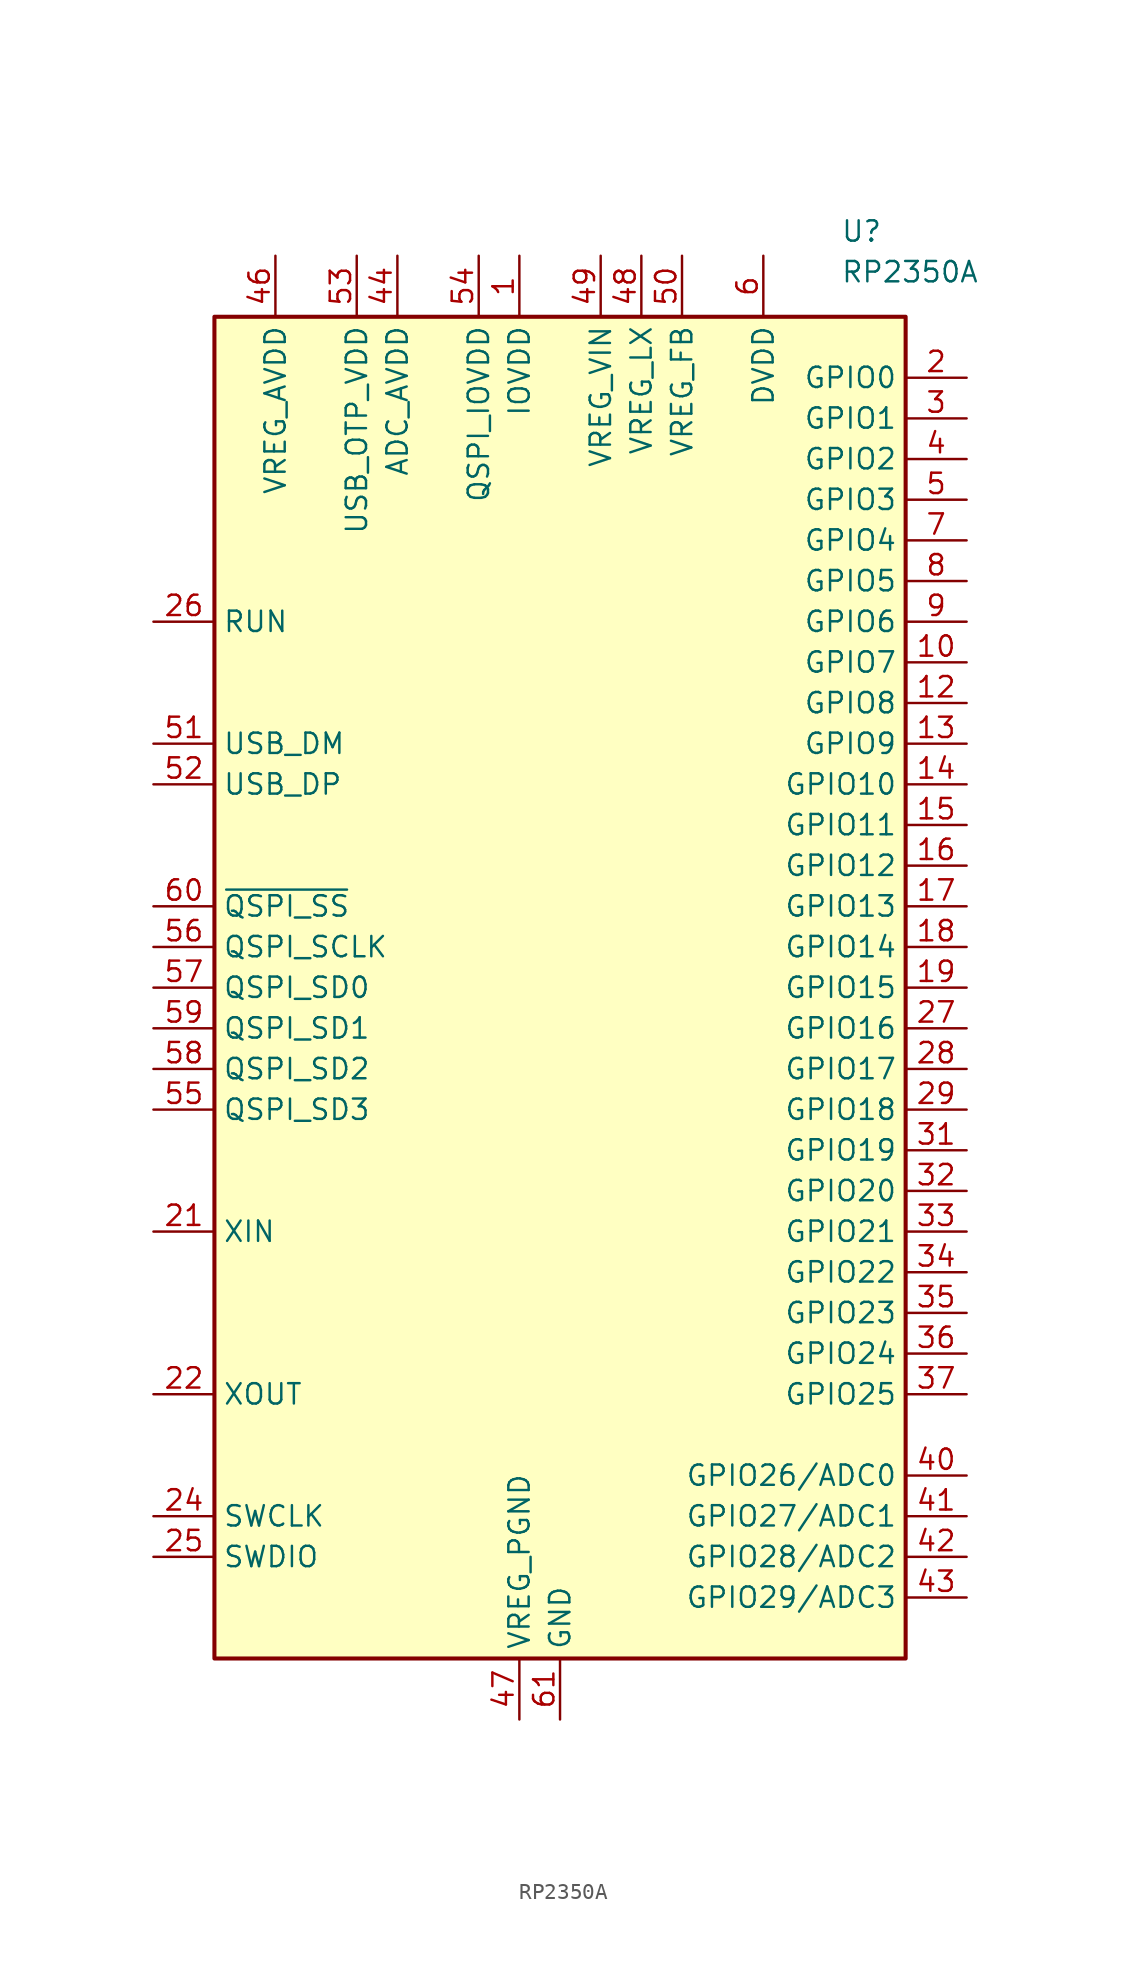
<source format=kicad_sym>
(kicad_symbol_lib
  (version 20241209)
  (generator "kicad_symbol_editor")
  (generator_version "9.0")
  (symbol "RP2350A"
    (property "Reference" "U"
      (at 17.526 47.244 0)
      (effects (font (size 1.27 1.27)) (justify left)))
    (property "Value" "RP2350A"
      (at 17.526 44.704 0)
      (effects (font (size 1.27 1.27)) (justify left)))
    (symbol "RP2350A_0_1"
      (rectangle (start -21.59 41.91) (end 21.59 -41.91) (stroke (width 0.254) (type default)) (fill (type background))))
    (symbol "RP2350A_1_0"
      (pin power_in line (at -17.78 45.72 270) (length 3.81) (name "VREG_AVDD" (effects (font (size 1.27 1.27)))) (number "46" (effects (font (size 1.27 1.27)))))
      (pin power_in line (at -12.7 45.72 270) (length 3.81) (name "USB_OTP_VDD" (effects (font (size 1.27 1.27)))) (number "53" (effects (font (size 1.27 1.27)))))
      (pin power_in line (at -5.08 45.72 270) (length 3.81) (name "QSPI_IOVDD" (effects (font (size 1.27 1.27)))) (number "54" (effects (font (size 1.27 1.27)))))
      (pin power_in line (at -2.54 -45.72 90) (length 3.81) (name "VREG_PGND" (effects (font (size 1.27 1.27)))) (number "47" (effects (font (size 1.27 1.27)))))
      (pin passive line (at 12.7 45.72 270) (length 3.81) (hide yes) (name "DVDD" (effects (font (size 1.27 1.27)))) (number "39" (effects (font (size 1.27 1.27)))))
      (pin power_in line (at 12.7 45.72 270) (length 3.81) (name "DVDD" (effects (font (size 1.27 1.27)))) (number "6" (effects (font (size 1.27 1.27))))))
    (symbol "RP2350A_1_1"
      (pin input line (at -25.4 22.86 0) (length 3.81) (name "RUN" (effects (font (size 1.27 1.27)))) (number "26" (effects (font (size 1.27 1.27)))))
      (pin bidirectional line (at -25.4 15.24 0) (length 3.81) (name "USB_DM" (effects (font (size 1.27 1.27)))) (number "51" (effects (font (size 1.27 1.27)))))
      (pin bidirectional line (at -25.4 12.7 0) (length 3.81) (name "USB_DP" (effects (font (size 1.27 1.27)))) (number "52" (effects (font (size 1.27 1.27)))))
      (pin output line (at -25.4 5.08 0) (length 3.81) (name "~{QSPI_SS}" (effects (font (size 1.27 1.27)))) (number "60" (effects (font (size 1.27 1.27)))))
      (pin output line (at -25.4 2.54 0) (length 3.81) (name "QSPI_SCLK" (effects (font (size 1.27 1.27)))) (number "56" (effects (font (size 1.27 1.27)))))
      (pin bidirectional line (at -25.4 0 0) (length 3.81) (name "QSPI_SD0" (effects (font (size 1.27 1.27)))) (number "57" (effects (font (size 1.27 1.27)))))
      (pin bidirectional line (at -25.4 -2.54 0) (length 3.81) (name "QSPI_SD1" (effects (font (size 1.27 1.27)))) (number "59" (effects (font (size 1.27 1.27)))))
      (pin bidirectional line (at -25.4 -5.08 0) (length 3.81) (name "QSPI_SD2" (effects (font (size 1.27 1.27)))) (number "58" (effects (font (size 1.27 1.27)))))
      (pin bidirectional line (at -25.4 -7.62 0) (length 3.81) (name "QSPI_SD3" (effects (font (size 1.27 1.27)))) (number "55" (effects (font (size 1.27 1.27)))))
      (pin input line (at -25.4 -15.24 0) (length 3.81) (name "XIN" (effects (font (size 1.27 1.27)))) (number "21" (effects (font (size 1.27 1.27)))))
      (pin output line (at -25.4 -25.4 0) (length 3.81) (name "XOUT" (effects (font (size 1.27 1.27)))) (number "22" (effects (font (size 1.27 1.27)))))
      (pin input line (at -25.4 -33.02 0) (length 3.81) (name "SWCLK" (effects (font (size 1.27 1.27)))) (number "24" (effects (font (size 1.27 1.27)))))
      (pin bidirectional line (at -25.4 -35.56 0) (length 3.81) (name "SWDIO" (effects (font (size 1.27 1.27)))) (number "25" (effects (font (size 1.27 1.27)))))
      (pin power_in line (at -10.16 45.72 270) (length 3.81) (name "ADC_AVDD" (effects (font (size 1.27 1.27)))) (number "44" (effects (font (size 1.27 1.27)))))
      (pin power_in line (at -2.54 45.72 270) (length 3.81) (name "IOVDD" (effects (font (size 1.27 1.27)))) (number "1" (effects (font (size 1.27 1.27)))))
      (pin passive line (at -2.54 45.72 270) (length 3.81) (hide yes) (name "IOVDD" (effects (font (size 1.27 1.27)))) (number "11" (effects (font (size 1.27 1.27)))))
      (pin passive line (at -2.54 45.72 270) (length 3.81) (hide yes) (name "IOVDD" (effects (font (size 1.27 1.27)))) (number "20" (effects (font (size 1.27 1.27)))))
      (pin passive line (at -2.54 45.72 270) (length 3.81) (hide yes) (name "IOVDD" (effects (font (size 1.27 1.27)))) (number "30" (effects (font (size 1.27 1.27)))))
      (pin passive line (at -2.54 45.72 270) (length 3.81) (hide yes) (name "IOVDD" (effects (font (size 1.27 1.27)))) (number "38" (effects (font (size 1.27 1.27)))))
      (pin passive line (at -2.54 45.72 270) (length 3.81) (hide yes) (name "IOVDD" (effects (font (size 1.27 1.27)))) (number "45" (effects (font (size 1.27 1.27)))))
      (pin power_in line (at 0 -45.72 90) (length 3.81) (name "GND" (effects (font (size 1.27 1.27)))) (number "61" (effects (font (size 1.27 1.27)))))
      (pin power_in line (at 2.54 45.72 270) (length 3.81) (name "VREG_VIN" (effects (font (size 1.27 1.27)))) (number "49" (effects (font (size 1.27 1.27)))))
      (pin power_out line (at 5.08 45.72 270) (length 3.81) (name "VREG_LX" (effects (font (size 1.27 1.27)))) (number "48" (effects (font (size 1.27 1.27)))))
      (pin passive line (at 7.62 45.72 270) (length 3.81) (name "VREG_FB" (effects (font (size 1.27 1.27)))) (number "50" (effects (font (size 1.27 1.27)))))
      (pin passive line (at 12.7 45.72 270) (length 3.81) (hide yes) (name "DVDD" (effects (font (size 1.27 1.27)))) (number "23" (effects (font (size 1.27 1.27)))))
      (pin bidirectional line (at 25.4 38.1 180) (length 3.81) (name "GPIO0" (effects (font (size 1.27 1.27)))) (number "2" (effects (font (size 1.27 1.27)))))
      (pin bidirectional line (at 25.4 35.56 180) (length 3.81) (name "GPIO1" (effects (font (size 1.27 1.27)))) (number "3" (effects (font (size 1.27 1.27)))))
      (pin bidirectional line (at 25.4 33.02 180) (length 3.81) (name "GPIO2" (effects (font (size 1.27 1.27)))) (number "4" (effects (font (size 1.27 1.27)))))
      (pin bidirectional line (at 25.4 30.48 180) (length 3.81) (name "GPIO3" (effects (font (size 1.27 1.27)))) (number "5" (effects (font (size 1.27 1.27)))))
      (pin bidirectional line (at 25.4 27.94 180) (length 3.81) (name "GPIO4" (effects (font (size 1.27 1.27)))) (number "7" (effects (font (size 1.27 1.27)))))
      (pin bidirectional line (at 25.4 25.4 180) (length 3.81) (name "GPIO5" (effects (font (size 1.27 1.27)))) (number "8" (effects (font (size 1.27 1.27)))))
      (pin bidirectional line (at 25.4 22.86 180) (length 3.81) (name "GPIO6" (effects (font (size 1.27 1.27)))) (number "9" (effects (font (size 1.27 1.27)))))
      (pin bidirectional line (at 25.4 20.32 180) (length 3.81) (name "GPIO7" (effects (font (size 1.27 1.27)))) (number "10" (effects (font (size 1.27 1.27)))))
      (pin bidirectional line (at 25.4 17.78 180) (length 3.81) (name "GPIO8" (effects (font (size 1.27 1.27)))) (number "12" (effects (font (size 1.27 1.27)))))
      (pin bidirectional line (at 25.4 15.24 180) (length 3.81) (name "GPIO9" (effects (font (size 1.27 1.27)))) (number "13" (effects (font (size 1.27 1.27)))))
      (pin bidirectional line (at 25.4 12.7 180) (length 3.81) (name "GPIO10" (effects (font (size 1.27 1.27)))) (number "14" (effects (font (size 1.27 1.27)))))
      (pin bidirectional line (at 25.4 10.16 180) (length 3.81) (name "GPIO11" (effects (font (size 1.27 1.27)))) (number "15" (effects (font (size 1.27 1.27)))))
      (pin bidirectional line (at 25.4 7.62 180) (length 3.81) (name "GPIO12" (effects (font (size 1.27 1.27)))) (number "16" (effects (font (size 1.27 1.27)))))
      (pin bidirectional line (at 25.4 5.08 180) (length 3.81) (name "GPIO13" (effects (font (size 1.27 1.27)))) (number "17" (effects (font (size 1.27 1.27)))))
      (pin bidirectional line (at 25.4 2.54 180) (length 3.81) (name "GPIO14" (effects (font (size 1.27 1.27)))) (number "18" (effects (font (size 1.27 1.27)))))
      (pin bidirectional line (at 25.4 0 180) (length 3.81) (name "GPIO15" (effects (font (size 1.27 1.27)))) (number "19" (effects (font (size 1.27 1.27)))))
      (pin bidirectional line (at 25.4 -2.54 180) (length 3.81) (name "GPIO16" (effects (font (size 1.27 1.27)))) (number "27" (effects (font (size 1.27 1.27)))))
      (pin bidirectional line (at 25.4 -5.08 180) (length 3.81) (name "GPIO17" (effects (font (size 1.27 1.27)))) (number "28" (effects (font (size 1.27 1.27)))))
      (pin bidirectional line (at 25.4 -7.62 180) (length 3.81) (name "GPIO18" (effects (font (size 1.27 1.27)))) (number "29" (effects (font (size 1.27 1.27)))))
      (pin bidirectional line (at 25.4 -10.16 180) (length 3.81) (name "GPIO19" (effects (font (size 1.27 1.27)))) (number "31" (effects (font (size 1.27 1.27)))))
      (pin bidirectional line (at 25.4 -12.7 180) (length 3.81) (name "GPIO20" (effects (font (size 1.27 1.27)))) (number "32" (effects (font (size 1.27 1.27)))))
      (pin bidirectional line (at 25.4 -15.24 180) (length 3.81) (name "GPIO21" (effects (font (size 1.27 1.27)))) (number "33" (effects (font (size 1.27 1.27)))))
      (pin bidirectional line (at 25.4 -17.78 180) (length 3.81) (name "GPIO22" (effects (font (size 1.27 1.27)))) (number "34" (effects (font (size 1.27 1.27)))))
      (pin bidirectional line (at 25.4 -20.32 180) (length 3.81) (name "GPIO23" (effects (font (size 1.27 1.27)))) (number "35" (effects (font (size 1.27 1.27)))))
      (pin bidirectional line (at 25.4 -22.86 180) (length 3.81) (name "GPIO24" (effects (font (size 1.27 1.27)))) (number "36" (effects (font (size 1.27 1.27)))))
      (pin bidirectional line (at 25.4 -25.4 180) (length 3.81) (name "GPIO25" (effects (font (size 1.27 1.27)))) (number "37" (effects (font (size 1.27 1.27)))))
      (pin bidirectional line (at 25.4 -30.48 180) (length 3.81) (name "GPIO26/ADC0" (effects (font (size 1.27 1.27)))) (number "40" (effects (font (size 1.27 1.27)))))
      (pin bidirectional line (at 25.4 -33.02 180) (length 3.81) (name "GPIO27/ADC1" (effects (font (size 1.27 1.27)))) (number "41" (effects (font (size 1.27 1.27)))))
      (pin bidirectional line (at 25.4 -35.56 180) (length 3.81) (name "GPIO28/ADC2" (effects (font (size 1.27 1.27)))) (number "42" (effects (font (size 1.27 1.27)))))
      (pin bidirectional line (at 25.4 -38.1 180) (length 3.81) (name "GPIO29/ADC3" (effects (font (size 1.27 1.27)))) (number "43" (effects (font (size 1.27 1.27))))))))
</source>
